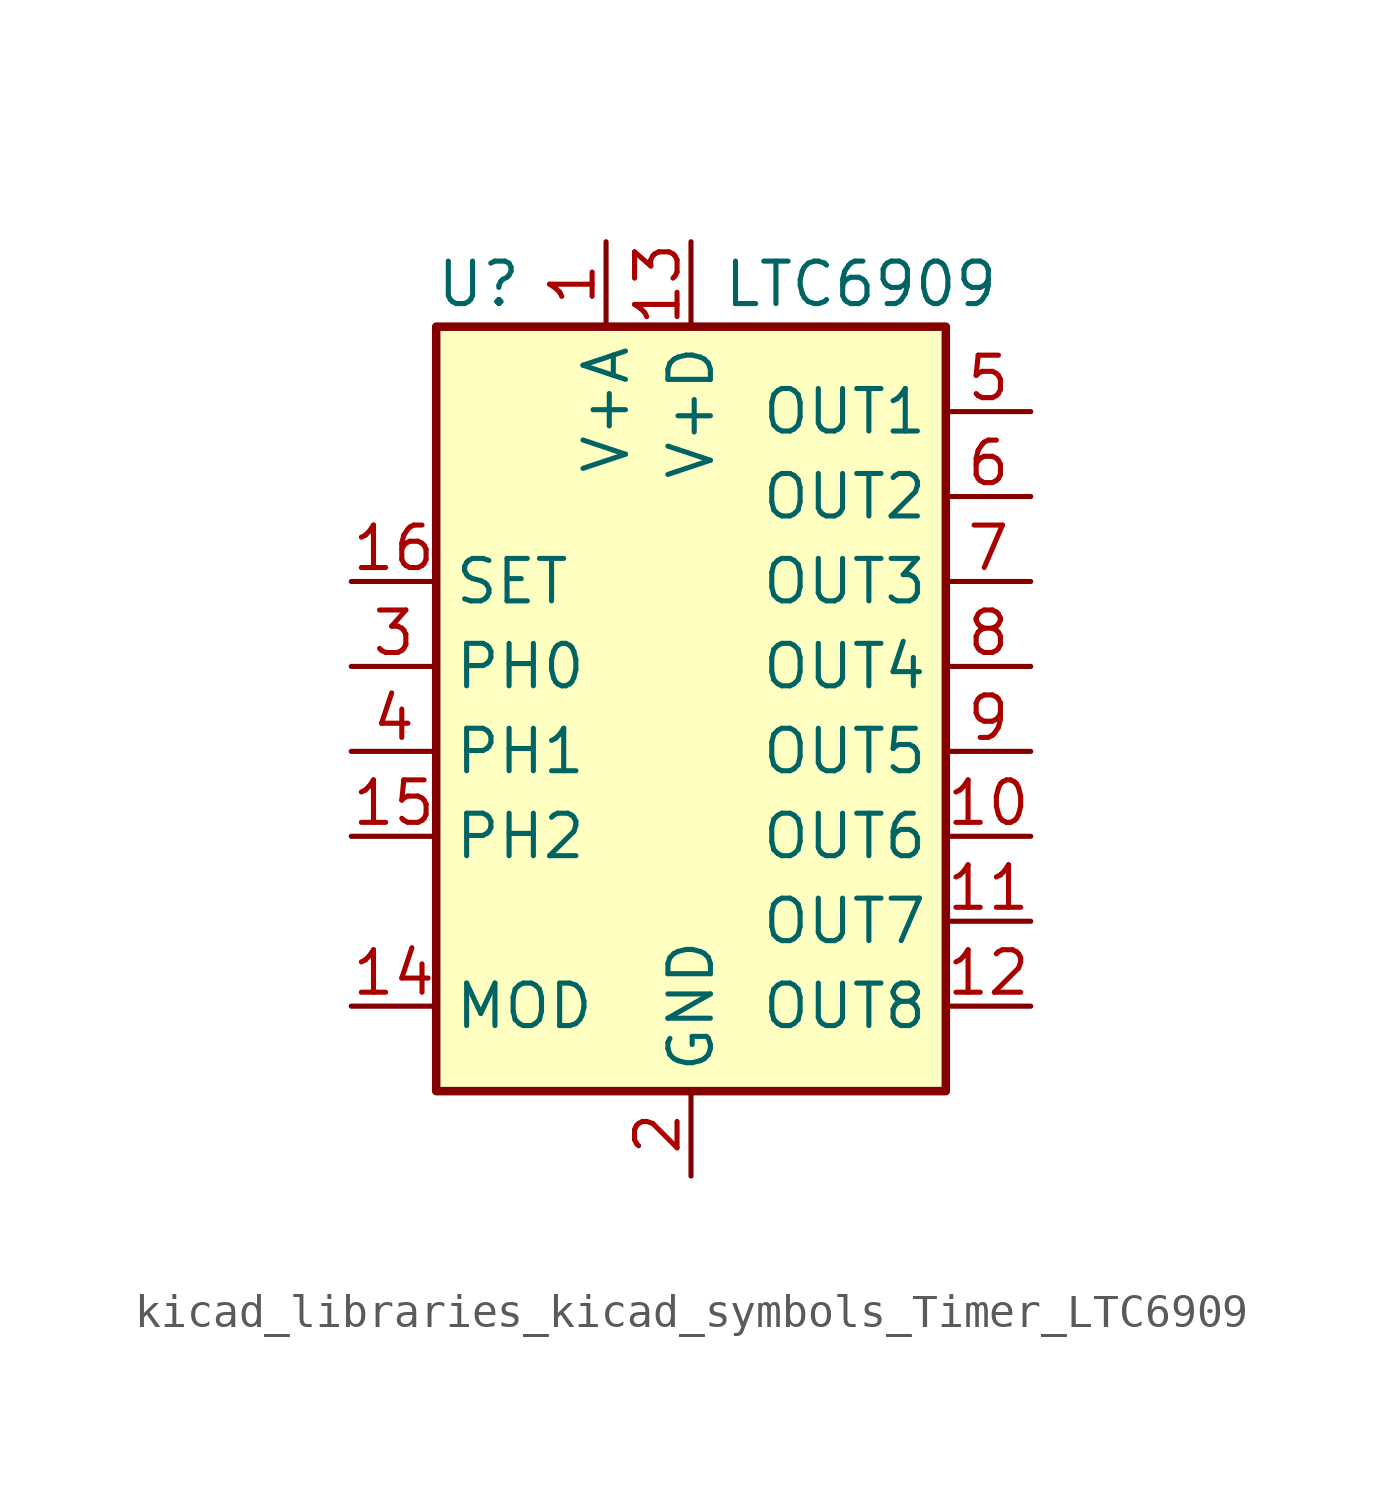
<source format=kicad_sym>
(kicad_symbol_lib
  (version 20220914)
  (generator kicad_symbol_editor)
  (symbol "kicad_libraries_kicad_symbols_Timer_LTC6909"
    (property "Reference" "U"
      (at -6.35 11.43 0)
      (effects (font (size 1.27 1.27))))
    (property "Value" "LTC6909"
      (at 5.08 11.43 0)
      (effects (font (size 1.27 1.27))))
    (symbol "kicad_libraries_kicad_symbols_Timer_LTC6909_0_1"
      (rectangle (start -7.62 10.16) (end 7.62 -12.7) (stroke (width 0.254) (type default)) (fill (type background))))
    (symbol "kicad_libraries_kicad_symbols_Timer_LTC6909_1_1"
      (pin power_in line (at -2.54 12.7 270) (length 2.54) (name "V+A" (effects (font (size 1.27 1.27)))) (number "1" (effects (font (size 1.27 1.27)))))
      (pin tri_state line (at 10.16 -5.08 180) (length 2.54) (name "OUT6" (effects (font (size 1.27 1.27)))) (number "10" (effects (font (size 1.27 1.27)))))
      (pin tri_state line (at 10.16 -7.62 180) (length 2.54) (name "OUT7" (effects (font (size 1.27 1.27)))) (number "11" (effects (font (size 1.27 1.27)))))
      (pin tri_state line (at 10.16 -10.16 180) (length 2.54) (name "OUT8" (effects (font (size 1.27 1.27)))) (number "12" (effects (font (size 1.27 1.27)))))
      (pin power_in line (at 0 12.7 270) (length 2.54) (name "V+D" (effects (font (size 1.27 1.27)))) (number "13" (effects (font (size 1.27 1.27)))))
      (pin passive line (at -10.16 -10.16 0) (length 2.54) (name "MOD" (effects (font (size 1.27 1.27)))) (number "14" (effects (font (size 1.27 1.27)))))
      (pin input line (at -10.16 -5.08 0) (length 2.54) (name "PH2" (effects (font (size 1.27 1.27)))) (number "15" (effects (font (size 1.27 1.27)))))
      (pin passive line (at -10.16 2.54 0) (length 2.54) (name "SET" (effects (font (size 1.27 1.27)))) (number "16" (effects (font (size 1.27 1.27)))))
      (pin power_in line (at 0 -15.24 90) (length 2.54) (name "GND" (effects (font (size 1.27 1.27)))) (number "2" (effects (font (size 1.27 1.27)))))
      (pin input line (at -10.16 0 0) (length 2.54) (name "PH0" (effects (font (size 1.27 1.27)))) (number "3" (effects (font (size 1.27 1.27)))))
      (pin input line (at -10.16 -2.54 0) (length 2.54) (name "PH1" (effects (font (size 1.27 1.27)))) (number "4" (effects (font (size 1.27 1.27)))))
      (pin tri_state line (at 10.16 7.62 180) (length 2.54) (name "OUT1" (effects (font (size 1.27 1.27)))) (number "5" (effects (font (size 1.27 1.27)))))
      (pin tri_state line (at 10.16 5.08 180) (length 2.54) (name "OUT2" (effects (font (size 1.27 1.27)))) (number "6" (effects (font (size 1.27 1.27)))))
      (pin tri_state line (at 10.16 2.54 180) (length 2.54) (name "OUT3" (effects (font (size 1.27 1.27)))) (number "7" (effects (font (size 1.27 1.27)))))
      (pin tri_state line (at 10.16 0 180) (length 2.54) (name "OUT4" (effects (font (size 1.27 1.27)))) (number "8" (effects (font (size 1.27 1.27)))))
      (pin tri_state line (at 10.16 -2.54 180) (length 2.54) (name "OUT5" (effects (font (size 1.27 1.27)))) (number "9" (effects (font (size 1.27 1.27))))))))
</source>
